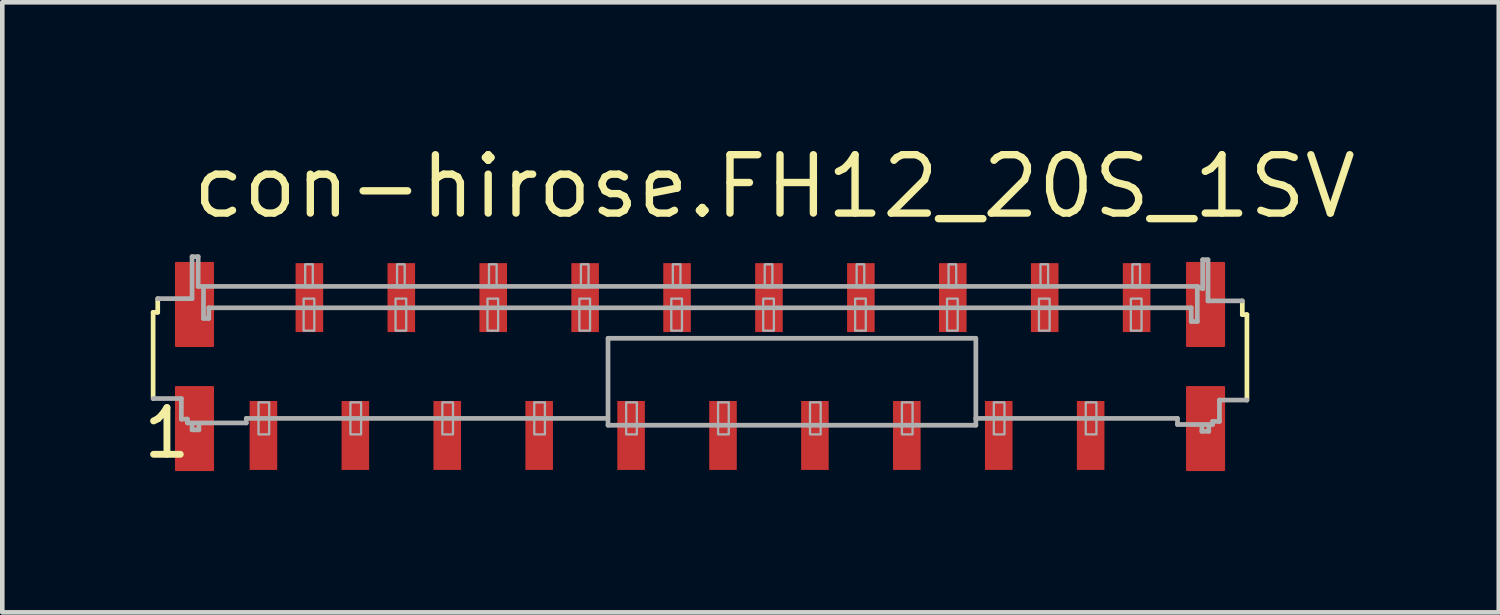
<source format=kicad_pcb>
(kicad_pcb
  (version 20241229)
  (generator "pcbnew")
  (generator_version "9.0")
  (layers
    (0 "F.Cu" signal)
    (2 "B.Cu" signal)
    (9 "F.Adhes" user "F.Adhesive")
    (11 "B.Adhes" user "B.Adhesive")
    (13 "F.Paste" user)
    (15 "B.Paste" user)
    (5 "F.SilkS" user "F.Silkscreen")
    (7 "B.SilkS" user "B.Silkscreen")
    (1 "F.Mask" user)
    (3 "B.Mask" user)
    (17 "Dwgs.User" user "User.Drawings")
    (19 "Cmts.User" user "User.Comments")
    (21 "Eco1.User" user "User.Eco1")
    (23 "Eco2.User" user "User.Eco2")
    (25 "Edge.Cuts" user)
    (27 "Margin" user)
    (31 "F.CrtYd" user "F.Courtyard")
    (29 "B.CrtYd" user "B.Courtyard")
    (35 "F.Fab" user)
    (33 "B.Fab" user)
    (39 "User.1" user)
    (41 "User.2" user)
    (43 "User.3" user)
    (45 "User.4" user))
  (footprint "con-hirose.FH12_20S_1SV"
    (layer "F.Cu")
    (at 14.182 4.925)
    (property "Reference" "con-hirose.FH12_20S_1SV" (at -13.125 -3.175 0) (layer "F.SilkS") (effects (font (size 1.27 1.27) (thickness 0.16)) (justify left bottom)))
    (attr smd)
    (fp_rect (start -13.4 -0.45) (end -12.6 -2.25) (stroke (width 0.05) (type default)) (fill yes) (layer "F.Cu"))
    (fp_rect (start -13.4 2.25) (end -12.6 0.45) (stroke (width 0.05) (type default)) (fill yes) (layer "F.Cu"))
    (fp_rect (start 8.6 -0.45) (end 9.4 -2.25) (stroke (width 0.05) (type default)) (fill yes) (layer "F.Cu"))
    (fp_rect (start 8.6 2.25) (end 9.4 0.45) (stroke (width 0.05) (type default)) (fill yes) (layer "F.Cu"))
    (fp_rect (start -13.475 -0.375) (end -12.525 -2.325) (stroke (width 0.05) (type default)) (fill yes) (layer "F.Mask"))
    (fp_rect (start -13.475 2.325) (end -12.525 0.375) (stroke (width 0.05) (type default)) (fill yes) (layer "F.Mask"))
    (fp_rect (start -11.85 2.3) (end -11.15 0.7) (stroke (width 0.05) (type default)) (fill yes) (layer "F.Mask"))
    (fp_rect (start -10.85 -0.7) (end -10.15 -2.3) (stroke (width 0.05) (type default)) (fill yes) (layer "F.Mask"))
    (fp_rect (start -9.85 2.3) (end -9.15 0.7) (stroke (width 0.05) (type default)) (fill yes) (layer "F.Mask"))
    (fp_rect (start -8.85 -0.7) (end -8.15 -2.3) (stroke (width 0.05) (type default)) (fill yes) (layer "F.Mask"))
    (fp_rect (start -7.85 2.3) (end -7.15 0.7) (stroke (width 0.05) (type default)) (fill yes) (layer "F.Mask"))
    (fp_rect (start -6.85 -0.7) (end -6.15 -2.3) (stroke (width 0.05) (type default)) (fill yes) (layer "F.Mask"))
    (fp_rect (start -5.85 2.3) (end -5.15 0.7) (stroke (width 0.05) (type default)) (fill yes) (layer "F.Mask"))
    (fp_rect (start -4.85 -0.7) (end -4.15 -2.3) (stroke (width 0.05) (type default)) (fill yes) (layer "F.Mask"))
    (fp_rect (start -3.85 2.3) (end -3.15 0.7) (stroke (width 0.05) (type default)) (fill yes) (layer "F.Mask"))
    (fp_rect (start -2.85 -0.7) (end -2.15 -2.3) (stroke (width 0.05) (type default)) (fill yes) (layer "F.Mask"))
    (fp_rect (start -1.85 2.3) (end -1.15 0.7) (stroke (width 0.05) (type default)) (fill yes) (layer "F.Mask"))
    (fp_rect (start -0.85 -0.7) (end -0.15 -2.3) (stroke (width 0.05) (type default)) (fill yes) (layer "F.Mask"))
    (fp_rect (start 0.15 2.3) (end 0.85 0.7) (stroke (width 0.05) (type default)) (fill yes) (layer "F.Mask"))
    (fp_rect (start 1.15 -0.7) (end 1.85 -2.3) (stroke (width 0.05) (type default)) (fill yes) (layer "F.Mask"))
    (fp_rect (start 2.15 2.3) (end 2.85 0.7) (stroke (width 0.05) (type default)) (fill yes) (layer "F.Mask"))
    (fp_rect (start 3.15 -0.7) (end 3.85 -2.3) (stroke (width 0.05) (type default)) (fill yes) (layer "F.Mask"))
    (fp_rect (start 4.15 2.3) (end 4.85 0.7) (stroke (width 0.05) (type default)) (fill yes) (layer "F.Mask"))
    (fp_rect (start 5.15 -0.7) (end 5.85 -2.3) (stroke (width 0.05) (type default)) (fill yes) (layer "F.Mask"))
    (fp_rect (start 6.15 2.3) (end 6.85 0.7) (stroke (width 0.05) (type default)) (fill yes) (layer "F.Mask"))
    (fp_rect (start 7.15 -0.7) (end 7.85 -2.3) (stroke (width 0.05) (type default)) (fill yes) (layer "F.Mask"))
    (fp_rect (start 8.525 -0.375) (end 9.475 -2.325) (stroke (width 0.05) (type default)) (fill yes) (layer "F.Mask"))
    (fp_rect (start 8.525 2.325) (end 9.475 0.375) (stroke (width 0.05) (type default)) (fill yes) (layer "F.Mask"))
    (fp_line (start -13.9 -1.179) (end -13.8 -1.179) (stroke (width 0.102) (type default)) (layer "F.SilkS"))
    (fp_line (start -13.9 0.697) (end -13.9 -1.179) (stroke (width 0.102) (type default)) (layer "F.SilkS"))
    (fp_line (start -13.8 -1.179) (end -13.8 -1.477) (stroke (width 0.102) (type default)) (layer "F.SilkS"))
    (fp_line (start 9.8 -1.428) (end 9.8 -1.129) (stroke (width 0.102) (type default)) (layer "F.SilkS"))
    (fp_line (start 9.8 -1.129) (end 9.9 -1.129) (stroke (width 0.102) (type default)) (layer "F.SilkS"))
    (fp_line (start 9.9 -1.129) (end 9.9 0.73) (stroke (width 0.102) (type default)) (layer "F.SilkS"))
    (fp_rect (start -13.35 -0.5) (end -12.65 -2.2) (stroke (width 0.05) (type default)) (fill yes) (layer "F.Paste"))
    (fp_rect (start -13.35 2.2) (end -12.65 0.5) (stroke (width 0.05) (type default)) (fill yes) (layer "F.Paste"))
    (fp_rect (start -11.75 2.2) (end -11.25 0.8) (stroke (width 0.05) (type default)) (fill yes) (layer "F.Paste"))
    (fp_rect (start -10.75 -0.8) (end -10.25 -2.2) (stroke (width 0.05) (type default)) (fill yes) (layer "F.Paste"))
    (fp_rect (start -9.75 2.2) (end -9.25 0.8) (stroke (width 0.05) (type default)) (fill yes) (layer "F.Paste"))
    (fp_rect (start -8.75 -0.8) (end -8.25 -2.2) (stroke (width 0.05) (type default)) (fill yes) (layer "F.Paste"))
    (fp_rect (start -7.75 2.2) (end -7.25 0.8) (stroke (width 0.05) (type default)) (fill yes) (layer "F.Paste"))
    (fp_rect (start -6.75 -0.8) (end -6.25 -2.2) (stroke (width 0.05) (type default)) (fill yes) (layer "F.Paste"))
    (fp_rect (start -5.75 2.2) (end -5.25 0.8) (stroke (width 0.05) (type default)) (fill yes) (layer "F.Paste"))
    (fp_rect (start -4.75 -0.8) (end -4.25 -2.2) (stroke (width 0.05) (type default)) (fill yes) (layer "F.Paste"))
    (fp_rect (start -3.75 2.2) (end -3.25 0.8) (stroke (width 0.05) (type default)) (fill yes) (layer "F.Paste"))
    (fp_rect (start -2.75 -0.8) (end -2.25 -2.2) (stroke (width 0.05) (type default)) (fill yes) (layer "F.Paste"))
    (fp_rect (start -1.75 2.2) (end -1.25 0.8) (stroke (width 0.05) (type default)) (fill yes) (layer "F.Paste"))
    (fp_rect (start -0.75 -0.8) (end -0.25 -2.2) (stroke (width 0.05) (type default)) (fill yes) (layer "F.Paste"))
    (fp_rect (start 0.25 2.2) (end 0.75 0.8) (stroke (width 0.05) (type default)) (fill yes) (layer "F.Paste"))
    (fp_rect (start 1.25 -0.8) (end 1.75 -2.2) (stroke (width 0.05) (type default)) (fill yes) (layer "F.Paste"))
    (fp_rect (start 2.25 2.2) (end 2.75 0.8) (stroke (width 0.05) (type default)) (fill yes) (layer "F.Paste"))
    (fp_rect (start 3.25 -0.8) (end 3.75 -2.2) (stroke (width 0.05) (type default)) (fill yes) (layer "F.Paste"))
    (fp_rect (start 4.25 2.2) (end 4.75 0.8) (stroke (width 0.05) (type default)) (fill yes) (layer "F.Paste"))
    (fp_rect (start 5.25 -0.8) (end 5.75 -2.2) (stroke (width 0.05) (type default)) (fill yes) (layer "F.Paste"))
    (fp_rect (start 6.25 2.2) (end 6.75 0.8) (stroke (width 0.05) (type default)) (fill yes) (layer "F.Paste"))
    (fp_rect (start 7.25 -0.8) (end 7.75 -2.2) (stroke (width 0.05) (type default)) (fill yes) (layer "F.Paste"))
    (fp_rect (start 8.65 -0.5) (end 9.35 -2.2) (stroke (width 0.05) (type default)) (fill yes) (layer "F.Paste"))
    (fp_rect (start 8.65 2.2) (end 9.35 0.5) (stroke (width 0.05) (type default)) (fill yes) (layer "F.Paste"))
    (fp_line (start -13.8 -1.477) (end -13.053 -1.477) (stroke (width 0.102) (type default)) (layer "F.Fab"))
    (fp_line (start -13.286 0.697) (end -13.9 0.697) (stroke (width 0.102) (type default)) (layer "F.Fab"))
    (fp_line (start -13.286 1.145) (end -13.286 0.697) (stroke (width 0.102) (type default)) (layer "F.Fab"))
    (fp_line (start -13.153 1.145) (end -13.286 1.145) (stroke (width 0.102) (type default)) (layer "F.Fab"))
    (fp_line (start -13.153 1.228) (end -13.153 1.145) (stroke (width 0.102) (type default)) (layer "F.Fab"))
    (fp_line (start -13.053 -2.39) (end -12.92 -2.39) (stroke (width 0.102) (type default)) (layer "F.Fab"))
    (fp_line (start -13.053 -1.477) (end -13.053 -2.39) (stroke (width 0.102) (type default)) (layer "F.Fab"))
    (fp_line (start -13.053 1.278) (end -13.053 1.378) (stroke (width 0.102) (type default)) (layer "F.Fab"))
    (fp_line (start -13.053 1.378) (end -12.904 1.378) (stroke (width 0.102) (type default)) (layer "F.Fab"))
    (fp_line (start -12.92 -2.39) (end -12.92 -1.743) (stroke (width 0.102) (type default)) (layer "F.Fab"))
    (fp_line (start -12.904 1.378) (end -12.904 1.278) (stroke (width 0.102) (type default)) (layer "F.Fab"))
    (fp_line (start -12.804 -1.71) (end -12.804 -1.046) (stroke (width 0.102) (type default)) (layer "F.Fab"))
    (fp_line (start -12.804 -1.046) (end -12.688 -1.046) (stroke (width 0.102) (type default)) (layer "F.Fab"))
    (fp_line (start -12.688 -1.278) (end 8.688 -1.278) (stroke (width 0.102) (type default)) (layer "F.Fab"))
    (fp_line (start -12.688 -1.046) (end -12.688 -1.278) (stroke (width 0.102) (type default)) (layer "F.Fab"))
    (fp_line (start -11.873 1.129) (end -11.873 1.228) (stroke (width 0.102) (type default)) (layer "F.Fab"))
    (fp_line (start -11.873 1.228) (end -13.153 1.228) (stroke (width 0.102) (type default)) (layer "F.Fab"))
    (fp_line (start -4.008 1.129) (end -11.873 1.129) (stroke (width 0.102) (type default)) (layer "F.Fab"))
    (fp_line (start -4.002 1.278) (end -4.002 -0.614) (stroke (width 0.102) (type default)) (layer "F.Fab"))
    (fp_line (start -4 -0.614) (end 4 -0.614) (stroke (width 0.102) (type default)) (layer "F.Fab"))
    (fp_line (start 4.002 -0.614) (end 4.002 1.129) (stroke (width 0.102) (type default)) (layer "F.Fab"))
    (fp_line (start 4.002 1.129) (end 4.002 1.278) (stroke (width 0.102) (type default)) (layer "F.Fab"))
    (fp_line (start 4.002 1.278) (end -4.002 1.278) (stroke (width 0.102) (type default)) (layer "F.Fab"))
    (fp_line (start 8.389 1.129) (end 4.002 1.129) (stroke (width 0.102) (type default)) (layer "F.Fab"))
    (fp_line (start 8.389 1.262) (end 8.389 1.129) (stroke (width 0.102) (type default)) (layer "F.Fab"))
    (fp_line (start 8.688 -1.278) (end 8.688 -0.979) (stroke (width 0.102) (type default)) (layer "F.Fab"))
    (fp_line (start 8.688 -0.979) (end 8.821 -0.979) (stroke (width 0.102) (type default)) (layer "F.Fab"))
    (fp_line (start 8.821 -1.743) (end -12.92 -1.743) (stroke (width 0.102) (type default)) (layer "F.Fab"))
    (fp_line (start 8.821 -0.979) (end 8.821 -1.743) (stroke (width 0.102) (type default)) (layer "F.Fab"))
    (fp_line (start 8.92 1.311) (end 8.92 1.411) (stroke (width 0.102) (type default)) (layer "F.Fab"))
    (fp_line (start 8.92 1.411) (end 9.07 1.411) (stroke (width 0.102) (type default)) (layer "F.Fab"))
    (fp_line (start 8.937 -2.324) (end 8.937 -1.693) (stroke (width 0.102) (type default)) (layer "F.Fab"))
    (fp_line (start 8.937 -2.324) (end 9.053 -2.324) (stroke (width 0.102) (type default)) (layer "F.Fab"))
    (fp_line (start 8.937 -1.693) (end 8.821 -1.743) (stroke (width 0.102) (type default)) (layer "F.Fab"))
    (fp_line (start 9.053 -2.324) (end 9.053 -1.428) (stroke (width 0.102) (type default)) (layer "F.Fab"))
    (fp_line (start 9.053 -1.428) (end 9.8 -1.428) (stroke (width 0.102) (type default)) (layer "F.Fab"))
    (fp_line (start 9.07 1.411) (end 9.07 1.311) (stroke (width 0.102) (type default)) (layer "F.Fab"))
    (fp_line (start 9.153 1.195) (end 9.153 1.262) (stroke (width 0.102) (type default)) (layer "F.Fab"))
    (fp_line (start 9.153 1.262) (end 8.389 1.262) (stroke (width 0.102) (type default)) (layer "F.Fab"))
    (fp_line (start 9.302 0.73) (end 9.302 1.195) (stroke (width 0.102) (type default)) (layer "F.Fab"))
    (fp_line (start 9.302 1.195) (end 9.153 1.195) (stroke (width 0.102) (type default)) (layer "F.Fab"))
    (fp_line (start 9.9 0.73) (end 9.302 0.73) (stroke (width 0.102) (type default)) (layer "F.Fab"))
    (fp_rect (start -11.607 1.477) (end -11.375 0.78) (stroke (width 0.05) (type default)) (fill no) (layer "F.Fab"))
    (fp_rect (start -10.625 -0.78) (end -10.393 -1.477) (stroke (width 0.05) (type default)) (fill no) (layer "F.Fab"))
    (fp_rect (start -10.592 -1.726) (end -10.426 -2.224) (stroke (width 0.05) (type default)) (fill no) (layer "F.Fab"))
    (fp_rect (start -9.607 1.477) (end -9.375 0.78) (stroke (width 0.05) (type default)) (fill no) (layer "F.Fab"))
    (fp_rect (start -8.625 -0.78) (end -8.393 -1.477) (stroke (width 0.05) (type default)) (fill no) (layer "F.Fab"))
    (fp_rect (start -8.592 -1.726) (end -8.426 -2.224) (stroke (width 0.05) (type default)) (fill no) (layer "F.Fab"))
    (fp_rect (start -7.607 1.477) (end -7.375 0.78) (stroke (width 0.05) (type default)) (fill no) (layer "F.Fab"))
    (fp_rect (start -6.625 -0.78) (end -6.393 -1.477) (stroke (width 0.05) (type default)) (fill no) (layer "F.Fab"))
    (fp_rect (start -6.592 -1.726) (end -6.426 -2.224) (stroke (width 0.05) (type default)) (fill no) (layer "F.Fab"))
    (fp_rect (start -5.607 1.477) (end -5.375 0.78) (stroke (width 0.05) (type default)) (fill no) (layer "F.Fab"))
    (fp_rect (start -4.625 -0.78) (end -4.393 -1.477) (stroke (width 0.05) (type default)) (fill no) (layer "F.Fab"))
    (fp_rect (start -4.592 -1.726) (end -4.426 -2.224) (stroke (width 0.05) (type default)) (fill no) (layer "F.Fab"))
    (fp_rect (start -3.607 1.477) (end -3.375 0.78) (stroke (width 0.05) (type default)) (fill no) (layer "F.Fab"))
    (fp_rect (start -2.625 -0.78) (end -2.393 -1.477) (stroke (width 0.05) (type default)) (fill no) (layer "F.Fab"))
    (fp_rect (start -2.592 -1.726) (end -2.426 -2.224) (stroke (width 0.05) (type default)) (fill no) (layer "F.Fab"))
    (fp_rect (start -1.607 1.477) (end -1.375 0.78) (stroke (width 0.05) (type default)) (fill no) (layer "F.Fab"))
    (fp_rect (start -0.625 -0.78) (end -0.393 -1.477) (stroke (width 0.05) (type default)) (fill no) (layer "F.Fab"))
    (fp_rect (start -0.592 -1.726) (end -0.426 -2.224) (stroke (width 0.05) (type default)) (fill no) (layer "F.Fab"))
    (fp_rect (start 0.393 1.477) (end 0.625 0.78) (stroke (width 0.05) (type default)) (fill no) (layer "F.Fab"))
    (fp_rect (start 1.375 -0.78) (end 1.607 -1.477) (stroke (width 0.05) (type default)) (fill no) (layer "F.Fab"))
    (fp_rect (start 1.408 -1.726) (end 1.574 -2.224) (stroke (width 0.05) (type default)) (fill no) (layer "F.Fab"))
    (fp_rect (start 2.393 1.477) (end 2.625 0.78) (stroke (width 0.05) (type default)) (fill no) (layer "F.Fab"))
    (fp_rect (start 3.375 -0.78) (end 3.607 -1.477) (stroke (width 0.05) (type default)) (fill no) (layer "F.Fab"))
    (fp_rect (start 3.408 -1.726) (end 3.574 -2.224) (stroke (width 0.05) (type default)) (fill no) (layer "F.Fab"))
    (fp_rect (start 4.393 1.477) (end 4.625 0.78) (stroke (width 0.05) (type default)) (fill no) (layer "F.Fab"))
    (fp_rect (start 5.375 -0.78) (end 5.607 -1.477) (stroke (width 0.05) (type default)) (fill no) (layer "F.Fab"))
    (fp_rect (start 5.408 -1.726) (end 5.574 -2.224) (stroke (width 0.05) (type default)) (fill no) (layer "F.Fab"))
    (fp_rect (start 6.393 1.477) (end 6.625 0.78) (stroke (width 0.05) (type default)) (fill no) (layer "F.Fab"))
    (fp_rect (start 7.375 -0.78) (end 7.607 -1.477) (stroke (width 0.05) (type default)) (fill no) (layer "F.Fab"))
    (fp_rect (start 7.408 -1.726) (end 7.574 -2.224) (stroke (width 0.05) (type default)) (fill no) (layer "F.Fab"))
    (fp_text user "1" (at -14.182 2.042 0) (layer "F.SilkS") (effects (font (size 1.016 1.016) (thickness 0.15)) (justify left bottom)))
    (pad "1" smd roundrect (at -11.5 1.5) (size 0.6 1.5) (layers "F.Cu" "F.Mask" "F.Paste") (roundrect_rratio 0.01))
    (pad "2" smd roundrect (at -10.5 -1.5) (size 0.6 1.5) (layers "F.Cu" "F.Mask" "F.Paste") (roundrect_rratio 0.01))
    (pad "3" smd roundrect (at -9.5 1.5) (size 0.6 1.5) (layers "F.Cu" "F.Mask" "F.Paste") (roundrect_rratio 0.01))
    (pad "4" smd roundrect (at -8.5 -1.5) (size 0.6 1.5) (layers "F.Cu" "F.Mask" "F.Paste") (roundrect_rratio 0.01))
    (pad "5" smd roundrect (at -7.5 1.5) (size 0.6 1.5) (layers "F.Cu" "F.Mask" "F.Paste") (roundrect_rratio 0.01))
    (pad "6" smd roundrect (at -6.5 -1.5) (size 0.6 1.5) (layers "F.Cu" "F.Mask" "F.Paste") (roundrect_rratio 0.01))
    (pad "7" smd roundrect (at -5.5 1.5) (size 0.6 1.5) (layers "F.Cu" "F.Mask" "F.Paste") (roundrect_rratio 0.01))
    (pad "8" smd roundrect (at -4.5 -1.5) (size 0.6 1.5) (layers "F.Cu" "F.Mask" "F.Paste") (roundrect_rratio 0.01))
    (pad "9" smd roundrect (at -3.5 1.5) (size 0.6 1.5) (layers "F.Cu" "F.Mask" "F.Paste") (roundrect_rratio 0.01))
    (pad "10" smd roundrect (at -2.5 -1.5) (size 0.6 1.5) (layers "F.Cu" "F.Mask" "F.Paste") (roundrect_rratio 0.01))
    (pad "11" smd roundrect (at -1.5 1.5) (size 0.6 1.5) (layers "F.Cu" "F.Mask" "F.Paste") (roundrect_rratio 0.01))
    (pad "12" smd roundrect (at -0.5 -1.5) (size 0.6 1.5) (layers "F.Cu" "F.Mask" "F.Paste") (roundrect_rratio 0.01))
    (pad "13" smd roundrect (at 0.5 1.5) (size 0.6 1.5) (layers "F.Cu" "F.Mask" "F.Paste") (roundrect_rratio 0.01))
    (pad "14" smd roundrect (at 1.5 -1.5) (size 0.6 1.5) (layers "F.Cu" "F.Mask" "F.Paste") (roundrect_rratio 0.01))
    (pad "15" smd roundrect (at 2.5 1.5) (size 0.6 1.5) (layers "F.Cu" "F.Mask" "F.Paste") (roundrect_rratio 0.01))
    (pad "16" smd roundrect (at 3.5 -1.5) (size 0.6 1.5) (layers "F.Cu" "F.Mask" "F.Paste") (roundrect_rratio 0.01))
    (pad "17" smd roundrect (at 4.5 1.5) (size 0.6 1.5) (layers "F.Cu" "F.Mask" "F.Paste") (roundrect_rratio 0.01))
    (pad "18" smd roundrect (at 5.5 -1.5) (size 0.6 1.5) (layers "F.Cu" "F.Mask" "F.Paste") (roundrect_rratio 0.01))
    (pad "19" smd roundrect (at 6.5 1.5) (size 0.6 1.5) (layers "F.Cu" "F.Mask" "F.Paste") (roundrect_rratio 0.01))
    (pad "20" smd roundrect (at 7.5 -1.5) (size 0.6 1.5) (layers "F.Cu" "F.Mask" "F.Paste") (roundrect_rratio 0.01)))
  (gr_rect
    (start -3 -3)
    (end 29.562 10.275)
    (stroke (width 0.1) (type default))
    (fill no)
    (layer "Edge.Cuts")))
</source>
